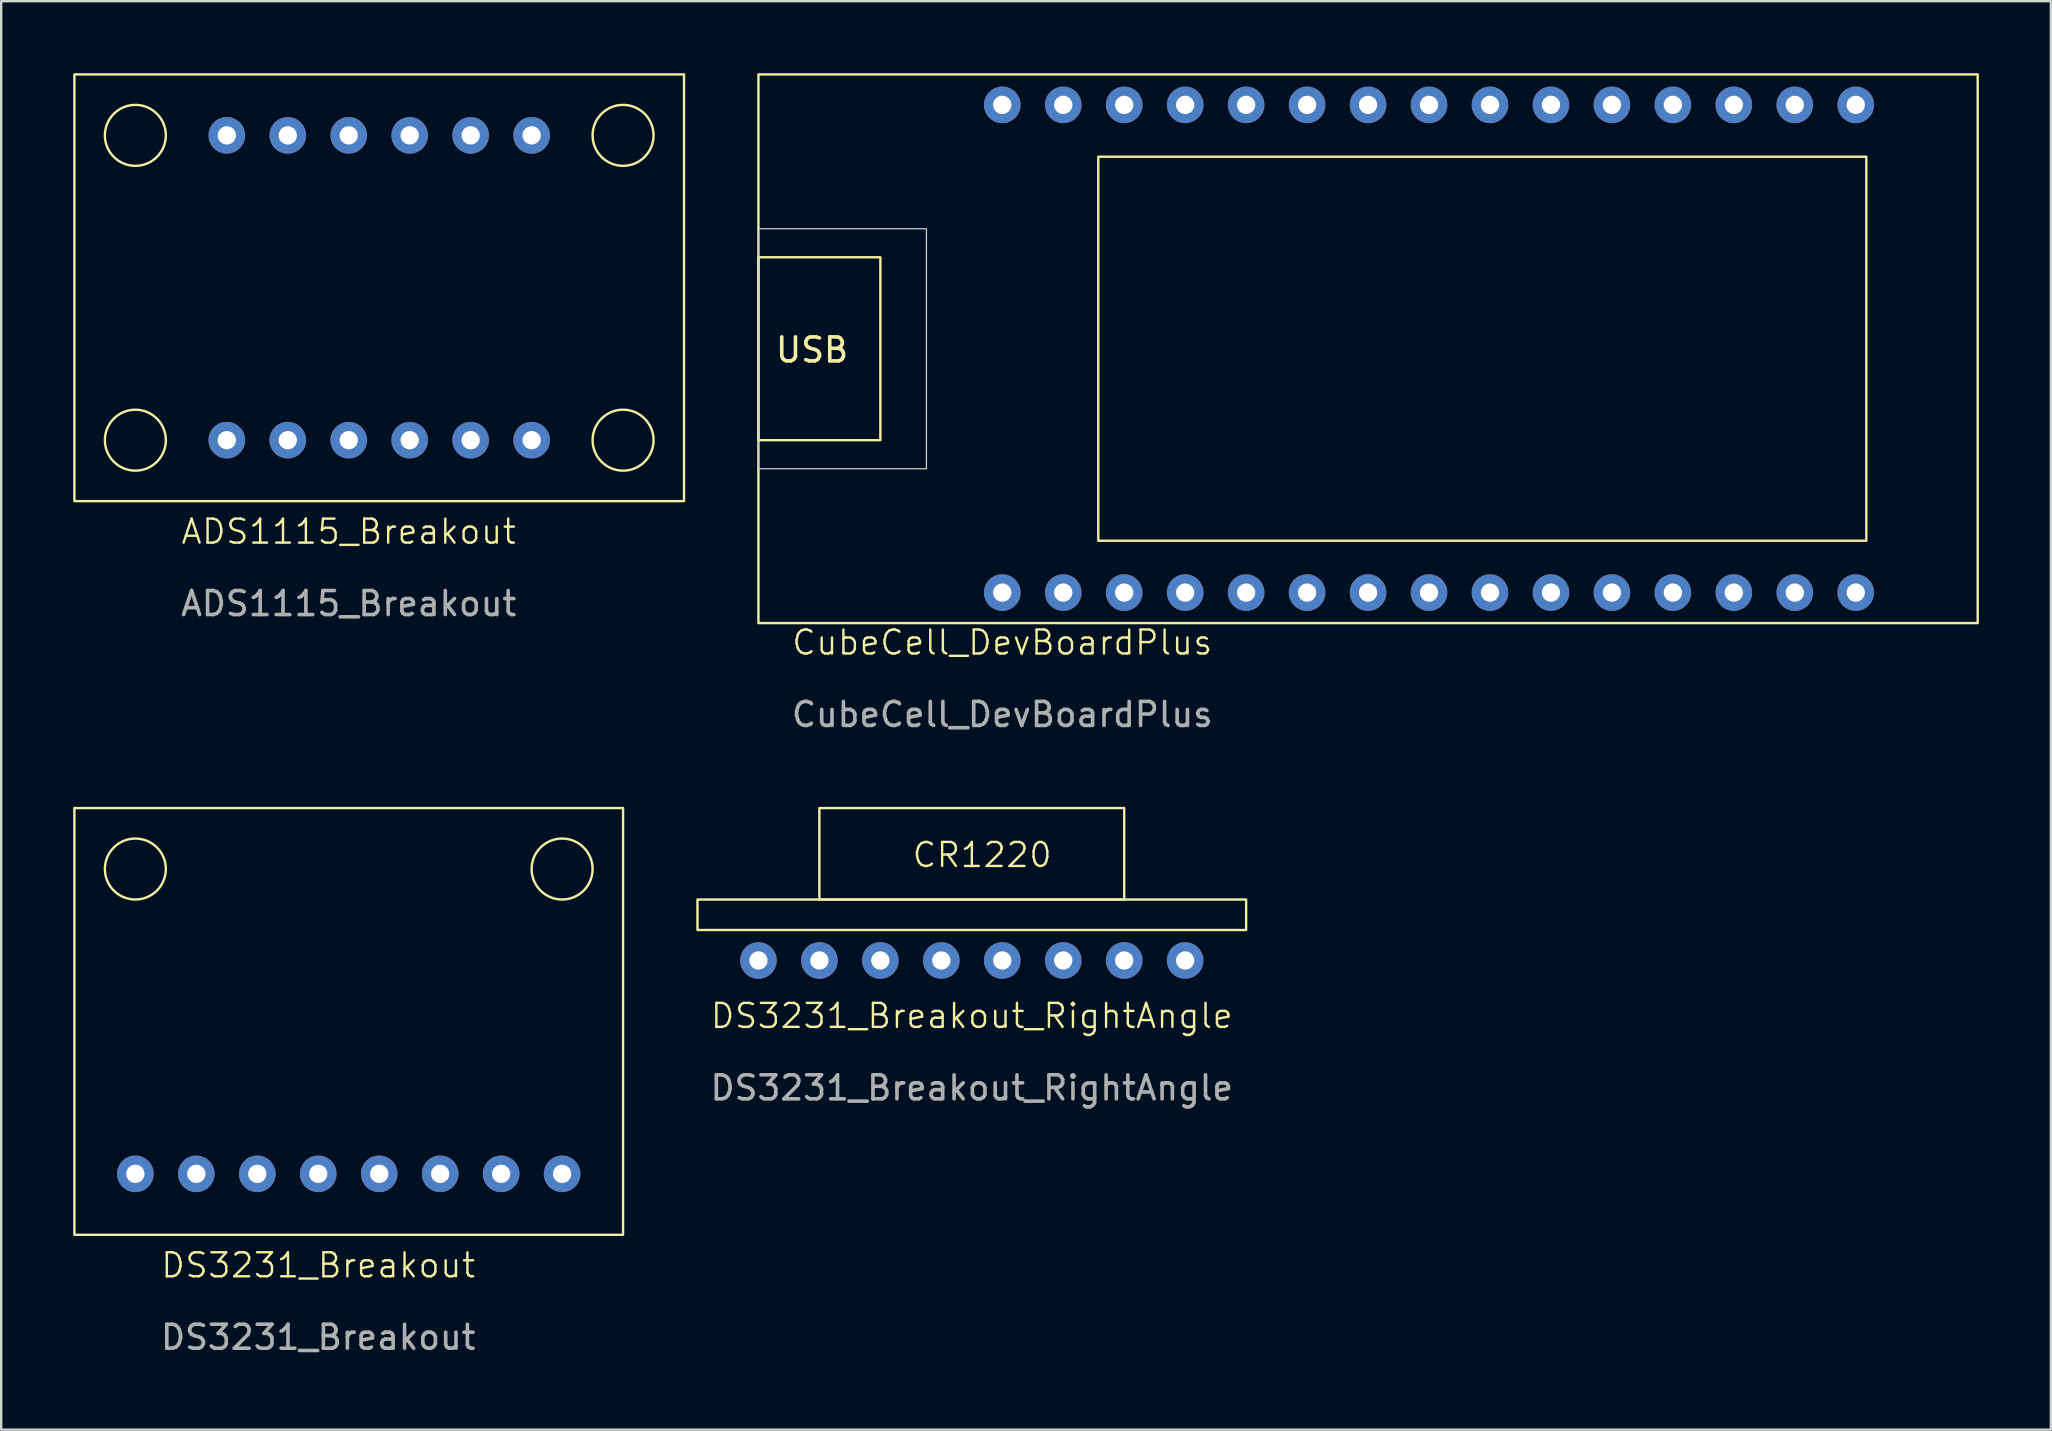
<source format=kicad_pcb>
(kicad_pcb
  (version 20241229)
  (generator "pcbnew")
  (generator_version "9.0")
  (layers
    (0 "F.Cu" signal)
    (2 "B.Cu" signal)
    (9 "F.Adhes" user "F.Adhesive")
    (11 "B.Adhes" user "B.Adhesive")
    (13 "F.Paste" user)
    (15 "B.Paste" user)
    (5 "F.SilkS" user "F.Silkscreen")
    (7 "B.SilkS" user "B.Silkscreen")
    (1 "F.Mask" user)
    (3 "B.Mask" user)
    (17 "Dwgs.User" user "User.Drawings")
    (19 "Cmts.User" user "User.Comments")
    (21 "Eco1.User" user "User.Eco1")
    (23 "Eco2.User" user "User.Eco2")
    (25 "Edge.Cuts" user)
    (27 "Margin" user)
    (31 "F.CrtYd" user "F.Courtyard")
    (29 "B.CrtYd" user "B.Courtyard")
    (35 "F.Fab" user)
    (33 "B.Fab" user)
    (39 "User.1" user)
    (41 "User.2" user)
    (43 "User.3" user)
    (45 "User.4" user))
  (footprint "ADS1115_Breakout"
    (layer "F.Cu")
    (at 12.75 8.94)
    (property "Reference" "ADS1115_Breakout" (at -1.27 10.16 0) (unlocked yes) (layer "F.SilkS") (effects (font (size 1 1) (thickness 0.1))))
    (attr through_hole)
    (fp_rect (start -12.7 -8.89) (end 12.7 8.89) (stroke (width 0.1) (type default)) (fill no) (layer "F.SilkS"))
    (fp_circle (center -10.16 -6.35) (end -8.89 -6.35) (stroke (width 0.1) (type default)) (fill no) (layer "F.SilkS"))
    (fp_circle (center -10.16 6.35) (end -8.89 6.35) (stroke (width 0.1) (type default)) (fill no) (layer "F.SilkS"))
    (fp_circle (center 10.16 -6.35) (end 11.43 -6.35) (stroke (width 0.1) (type default)) (fill no) (layer "F.SilkS"))
    (fp_circle (center 10.16 6.35) (end 11.43 6.35) (stroke (width 0.1) (type default)) (fill no) (layer "F.SilkS"))
    (fp_text user "${REFERENCE}" (at -1.27 13.16 0) (unlocked yes) (layer "F.Fab") (effects (font (size 1 1) (thickness 0.15))))
    (pad "1" thru_hole circle (at -6.35 6.35) (size 1.524 1.524) (drill 0.762) (layers "*.Cu" "*.Mask"))
    (pad "2" thru_hole circle (at -3.81 6.35) (size 1.524 1.524) (drill 0.762) (layers "*.Cu" "*.Mask"))
    (pad "3" thru_hole circle (at -1.27 6.35) (size 1.524 1.524) (drill 0.762) (layers "*.Cu" "*.Mask"))
    (pad "4" thru_hole circle (at 1.27 6.35) (size 1.524 1.524) (drill 0.762) (layers "*.Cu" "*.Mask"))
    (pad "5" thru_hole circle (at 3.81 6.35) (size 1.524 1.524) (drill 0.762) (layers "*.Cu" "*.Mask"))
    (pad "6" thru_hole circle (at 6.35 6.35) (size 1.524 1.524) (drill 0.762) (layers "*.Cu" "*.Mask"))
    (pad "7" thru_hole circle (at 6.35 -6.35) (size 1.524 1.524) (drill 0.762) (layers "*.Cu" "*.Mask"))
    (pad "8" thru_hole circle (at 3.81 -6.35) (size 1.524 1.524) (drill 0.762) (layers "*.Cu" "*.Mask"))
    (pad "9" thru_hole circle (at 1.27 -6.35) (size 1.524 1.524) (drill 0.762) (layers "*.Cu" "*.Mask"))
    (pad "10" thru_hole circle (at -1.27 -6.35) (size 1.524 1.524) (drill 0.762) (layers "*.Cu" "*.Mask"))
    (pad "11" thru_hole circle (at -3.81 -6.35) (size 1.524 1.524) (drill 0.762) (layers "*.Cu" "*.Mask"))
    (pad "12" thru_hole circle (at -6.35 -6.35) (size 1.524 1.524) (drill 0.762) (layers "*.Cu" "*.Mask")))
  (footprint "DS3231_Breakout"
    (layer "F.Cu")
    (at 11.48 39.508)
    (property "Reference" "DS3231_Breakout" (at -1.27 10.16 0) (unlocked yes) (layer "F.SilkS") (effects (font (size 1 1) (thickness 0.1))))
    (attr through_hole)
    (fp_rect (start -11.43 -8.89) (end 11.43 8.89) (stroke (width 0.1) (type default)) (fill no) (layer "F.SilkS"))
    (fp_circle (center -8.89 -6.35) (end -7.62 -6.35) (stroke (width 0.1) (type default)) (fill no) (layer "F.SilkS"))
    (fp_circle (center 8.89 -6.35) (end 10.16 -6.35) (stroke (width 0.1) (type default)) (fill no) (layer "F.SilkS"))
    (fp_text user "${REFERENCE}" (at -1.27 13.16 0) (unlocked yes) (layer "F.Fab") (effects (font (size 1 1) (thickness 0.15))))
    (pad "1" thru_hole circle (at -8.89 6.35) (size 1.524 1.524) (drill 0.762) (layers "*.Cu" "*.Mask"))
    (pad "2" thru_hole circle (at -6.35 6.35) (size 1.524 1.524) (drill 0.762) (layers "*.Cu" "*.Mask"))
    (pad "3" thru_hole circle (at -3.81 6.35) (size 1.524 1.524) (drill 0.762) (layers "*.Cu" "*.Mask"))
    (pad "4" thru_hole circle (at -1.27 6.35) (size 1.524 1.524) (drill 0.762) (layers "*.Cu" "*.Mask"))
    (pad "5" thru_hole circle (at 1.27 6.35) (size 1.524 1.524) (drill 0.762) (layers "*.Cu" "*.Mask"))
    (pad "6" thru_hole circle (at 3.81 6.35) (size 1.524 1.524) (drill 0.762) (layers "*.Cu" "*.Mask"))
    (pad "7" thru_hole circle (at 6.35 6.35) (size 1.524 1.524) (drill 0.762) (layers "*.Cu" "*.Mask"))
    (pad "8" thru_hole circle (at 8.89 6.35) (size 1.524 1.524) (drill 0.762) (layers "*.Cu" "*.Mask")))
  (footprint "DS3231_Breakout_RightAngle"
    (layer "F.Cu")
    (at 37.44 36.968)
    (property "Reference" "DS3231_Breakout_RightAngle" (at 0 2.31 0) (unlocked yes) (layer "F.SilkS") (effects (font (size 1 1) (thickness 0.1))))
    (attr through_hole)
    (fp_rect (start -11.43 -2.54) (end 11.43 -1.27) (stroke (width 0.1) (type default)) (fill no) (layer "F.SilkS"))
    (fp_rect (start -6.35 -2.54) (end 6.35 -6.35) (stroke (width 0.1) (type default)) (fill no) (layer "F.SilkS"))
    (fp_text user "CR1220" (at -2.54 -3.81 0) (unlocked yes) (layer "F.SilkS") (effects (font (size 1 1) (thickness 0.1)) (justify left bottom)))
    (fp_text user "${REFERENCE}" (at 0 5.31 0) (unlocked yes) (layer "F.Fab") (effects (font (size 1 1) (thickness 0.15))))
    (pad "1" thru_hole circle (at -8.89 0) (size 1.524 1.524) (drill 0.762) (layers "*.Cu" "*.Mask"))
    (pad "2" thru_hole circle (at -6.35 0) (size 1.524 1.524) (drill 0.762) (layers "*.Cu" "*.Mask"))
    (pad "3" thru_hole circle (at -3.81 0) (size 1.524 1.524) (drill 0.762) (layers "*.Cu" "*.Mask"))
    (pad "4" thru_hole circle (at -1.27 0) (size 1.524 1.524) (drill 0.762) (layers "*.Cu" "*.Mask"))
    (pad "5" thru_hole circle (at 1.27 0) (size 1.524 1.524) (drill 0.762) (layers "*.Cu" "*.Mask"))
    (pad "6" thru_hole circle (at 3.81 0) (size 1.524 1.524) (drill 0.762) (layers "*.Cu" "*.Mask"))
    (pad "7" thru_hole circle (at 6.35 0) (size 1.524 1.524) (drill 0.762) (layers "*.Cu" "*.Mask"))
    (pad "8" thru_hole circle (at 8.89 0) (size 1.524 1.524) (drill 0.762) (layers "*.Cu" "*.Mask")))
  (footprint "CubeCell_DevBoardPlus"
    (layer "F.Cu")
    (at 38.71 11.48)
    (property "Reference" "CubeCell_DevBoardPlus" (at 0 12.24 0) (unlocked yes) (layer "F.SilkS") (effects (font (size 1 1) (thickness 0.1))))
    (attr through_hole)
    (fp_rect (start -10.16 -11.43) (end 40.64 11.43) (stroke (width 0.1) (type default)) (fill no) (layer "F.SilkS"))
    (fp_rect (start -10.16 -3.81) (end -5.08 3.81) (stroke (width 0.1) (type default)) (fill no) (layer "F.SilkS"))
    (fp_rect (start 4 -8) (end 36 8) (stroke (width 0.1) (type default)) (fill no) (layer "F.SilkS"))
    (fp_rect (start -10.16 -5) (end -3.16 5) (stroke (width 0.05) (type default)) (fill no) (layer "Edge.Cuts"))
    (fp_text user "USB" (at -9.525 0.635 0) (unlocked yes) (layer "F.SilkS") (effects (font (size 1 1) (thickness 0.15)) (justify left bottom)))
    (fp_text user "${REFERENCE}" (at 0 15.24 0) (unlocked yes) (layer "F.Fab") (effects (font (size 1 1) (thickness 0.15))))
    (pad "1" thru_hole circle (at 0 10.16) (size 1.524 1.524) (drill 0.762) (layers "*.Cu" "*.Mask"))
    (pad "2" thru_hole circle (at 2.54 10.16) (size 1.524 1.524) (drill 0.762) (layers "*.Cu" "*.Mask"))
    (pad "3" thru_hole circle (at 5.08 10.16) (size 1.524 1.524) (drill 0.762) (layers "*.Cu" "*.Mask"))
    (pad "4" thru_hole circle (at 7.62 10.16) (size 1.524 1.524) (drill 0.762) (layers "*.Cu" "*.Mask"))
    (pad "5" thru_hole circle (at 10.16 10.16) (size 1.524 1.524) (drill 0.762) (layers "*.Cu" "*.Mask"))
    (pad "6" thru_hole circle (at 12.7 10.16) (size 1.524 1.524) (drill 0.762) (layers "*.Cu" "*.Mask"))
    (pad "7" thru_hole circle (at 15.24 10.16) (size 1.524 1.524) (drill 0.762) (layers "*.Cu" "*.Mask"))
    (pad "8" thru_hole circle (at 17.78 10.16) (size 1.524 1.524) (drill 0.762) (layers "*.Cu" "*.Mask"))
    (pad "9" thru_hole circle (at 20.32 10.16) (size 1.524 1.524) (drill 0.762) (layers "*.Cu" "*.Mask"))
    (pad "10" thru_hole circle (at 22.86 10.16) (size 1.524 1.524) (drill 0.762) (layers "*.Cu" "*.Mask"))
    (pad "11" thru_hole circle (at 25.4 10.16) (size 1.524 1.524) (drill 0.762) (layers "*.Cu" "*.Mask"))
    (pad "12" thru_hole circle (at 27.94 10.16) (size 1.524 1.524) (drill 0.762) (layers "*.Cu" "*.Mask"))
    (pad "13" thru_hole circle (at 30.48 10.16) (size 1.524 1.524) (drill 0.762) (layers "*.Cu" "*.Mask"))
    (pad "14" thru_hole circle (at 33.02 10.16) (size 1.524 1.524) (drill 0.762) (layers "*.Cu" "*.Mask"))
    (pad "15" thru_hole circle (at 35.56 10.16) (size 1.524 1.524) (drill 0.762) (layers "*.Cu" "*.Mask"))
    (pad "16" thru_hole circle (at 35.56 -10.16) (size 1.524 1.524) (drill 0.762) (layers "*.Cu" "*.Mask"))
    (pad "17" thru_hole circle (at 33.02 -10.16) (size 1.524 1.524) (drill 0.762) (layers "*.Cu" "*.Mask"))
    (pad "18" thru_hole circle (at 30.48 -10.16) (size 1.524 1.524) (drill 0.762) (layers "*.Cu" "*.Mask"))
    (pad "19" thru_hole circle (at 27.94 -10.16) (size 1.524 1.524) (drill 0.762) (layers "*.Cu" "*.Mask"))
    (pad "20" thru_hole circle (at 25.4 -10.16) (size 1.524 1.524) (drill 0.762) (layers "*.Cu" "*.Mask"))
    (pad "21" thru_hole circle (at 22.86 -10.16) (size 1.524 1.524) (drill 0.762) (layers "*.Cu" "*.Mask"))
    (pad "22" thru_hole circle (at 20.32 -10.16) (size 1.524 1.524) (drill 0.762) (layers "*.Cu" "*.Mask"))
    (pad "23" thru_hole circle (at 17.78 -10.16) (size 1.524 1.524) (drill 0.762) (layers "*.Cu" "*.Mask"))
    (pad "24" thru_hole circle (at 15.24 -10.16) (size 1.524 1.524) (drill 0.762) (layers "*.Cu" "*.Mask"))
    (pad "25" thru_hole circle (at 12.7 -10.16) (size 1.524 1.524) (drill 0.762) (layers "*.Cu" "*.Mask"))
    (pad "26" thru_hole circle (at 10.16 -10.16) (size 1.524 1.524) (drill 0.762) (layers "*.Cu" "*.Mask"))
    (pad "27" thru_hole circle (at 7.62 -10.16) (size 1.524 1.524) (drill 0.762) (layers "*.Cu" "*.Mask"))
    (pad "28" thru_hole circle (at 5.08 -10.16) (size 1.524 1.524) (drill 0.762) (layers "*.Cu" "*.Mask"))
    (pad "29" thru_hole circle (at 2.54 -10.16) (size 1.524 1.524) (drill 0.762) (layers "*.Cu" "*.Mask"))
    (pad "30" thru_hole circle (at 0 -10.16) (size 1.524 1.524) (drill 0.762) (layers "*.Cu" "*.Mask")))
  (gr_rect
    (start -3 -3)
    (end 82.4 56.517)
    (stroke (width 0.1) (type default))
    (fill no)
    (layer "Edge.Cuts")))
</source>
